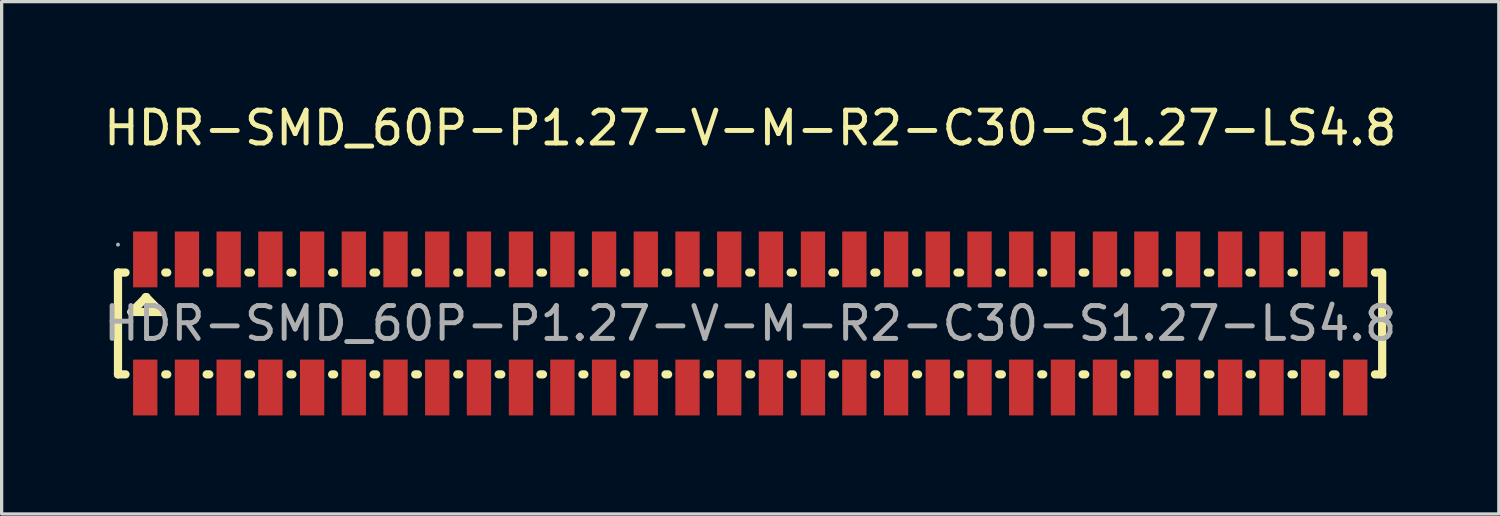
<source format=kicad_pcb>
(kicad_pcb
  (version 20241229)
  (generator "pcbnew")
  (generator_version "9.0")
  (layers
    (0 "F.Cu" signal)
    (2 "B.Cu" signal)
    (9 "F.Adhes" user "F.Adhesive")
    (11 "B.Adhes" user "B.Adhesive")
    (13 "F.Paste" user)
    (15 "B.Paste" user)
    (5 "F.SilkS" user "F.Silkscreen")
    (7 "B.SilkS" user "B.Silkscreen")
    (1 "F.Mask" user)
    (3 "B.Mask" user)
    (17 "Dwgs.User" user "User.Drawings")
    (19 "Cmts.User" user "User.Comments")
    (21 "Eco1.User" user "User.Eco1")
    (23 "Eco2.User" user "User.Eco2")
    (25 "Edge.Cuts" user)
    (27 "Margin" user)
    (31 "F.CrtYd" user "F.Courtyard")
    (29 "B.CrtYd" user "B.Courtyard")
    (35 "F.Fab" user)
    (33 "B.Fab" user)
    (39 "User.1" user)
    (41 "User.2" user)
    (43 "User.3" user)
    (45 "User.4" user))
  (footprint "HDR-SMD_60P-P1.27-V-M-R2-C30-S1.27-LS4.8"
    (layer "F.Cu")
    (at 19.792 6.798)
    (property "Reference" "HDR-SMD_60P-P1.27-V-M-R2-C30-S1.27-LS4.8" (at 0 -5.95 0) (layer "F.SilkS") (effects (font (size 1 1) (thickness 0.15))))
    (attr through_hole)
    (fp_line (start -19.25 -1.55) (end -19.02 -1.55) (stroke (width 0.25) (type solid)) (layer "F.SilkS"))
    (fp_line (start -19.25 1.55) (end -19.25 -1.55) (stroke (width 0.25) (type solid)) (layer "F.SilkS"))
    (fp_line (start -19.02 1.55) (end -19.25 1.55) (stroke (width 0.25) (type solid)) (layer "F.SilkS"))
    (fp_line (start -18.84 -0.35) (end -17.95 -0.35) (stroke (width 0.25) (type solid)) (layer "F.SilkS"))
    (fp_line (start -18.41 -0.8) (end -18.39 -0.8) (stroke (width 0.25) (type solid)) (layer "F.SilkS"))
    (fp_line (start -18.39 -0.8) (end -18.84 -0.35) (stroke (width 0.25) (type solid)) (layer "F.SilkS"))
    (fp_line (start -17.95 -0.35) (end -18.39 -0.8) (stroke (width 0.25) (type solid)) (layer "F.SilkS"))
    (fp_line (start -17.81 -1.55) (end -17.75 -1.55) (stroke (width 0.25) (type solid)) (layer "F.SilkS"))
    (fp_line (start -17.75 1.55) (end -17.81 1.55) (stroke (width 0.25) (type solid)) (layer "F.SilkS"))
    (fp_line (start -16.55 -1.55) (end -16.47 -1.55) (stroke (width 0.25) (type solid)) (layer "F.SilkS"))
    (fp_line (start -16.47 1.55) (end -16.55 1.55) (stroke (width 0.25) (type solid)) (layer "F.SilkS"))
    (fp_line (start -15.28 -1.55) (end -15.2 -1.55) (stroke (width 0.25) (type solid)) (layer "F.SilkS"))
    (fp_line (start -15.2 1.55) (end -15.28 1.55) (stroke (width 0.25) (type solid)) (layer "F.SilkS"))
    (fp_line (start -14 -1.55) (end -13.94 -1.55) (stroke (width 0.25) (type solid)) (layer "F.SilkS"))
    (fp_line (start -13.94 1.55) (end -14 1.55) (stroke (width 0.25) (type solid)) (layer "F.SilkS"))
    (fp_line (start -12.73 -1.55) (end -12.67 -1.55) (stroke (width 0.25) (type solid)) (layer "F.SilkS"))
    (fp_line (start -12.67 1.55) (end -12.73 1.55) (stroke (width 0.25) (type solid)) (layer "F.SilkS"))
    (fp_line (start -11.47 -1.55) (end -11.39 -1.55) (stroke (width 0.25) (type solid)) (layer "F.SilkS"))
    (fp_line (start -11.39 1.55) (end -11.47 1.55) (stroke (width 0.25) (type solid)) (layer "F.SilkS"))
    (fp_line (start -10.2 -1.55) (end -10.12 -1.55) (stroke (width 0.25) (type solid)) (layer "F.SilkS"))
    (fp_line (start -10.12 1.55) (end -10.2 1.55) (stroke (width 0.25) (type solid)) (layer "F.SilkS"))
    (fp_line (start -8.92 -1.55) (end -8.86 -1.55) (stroke (width 0.25) (type solid)) (layer "F.SilkS"))
    (fp_line (start -8.86 1.55) (end -8.92 1.55) (stroke (width 0.25) (type solid)) (layer "F.SilkS"))
    (fp_line (start -7.66 -1.55) (end -7.58 -1.55) (stroke (width 0.25) (type solid)) (layer "F.SilkS"))
    (fp_line (start -7.58 1.55) (end -7.66 1.55) (stroke (width 0.25) (type solid)) (layer "F.SilkS"))
    (fp_line (start -6.39 -1.55) (end -6.31 -1.55) (stroke (width 0.25) (type solid)) (layer "F.SilkS"))
    (fp_line (start -6.31 1.55) (end -6.39 1.55) (stroke (width 0.25) (type solid)) (layer "F.SilkS"))
    (fp_line (start -5.11 -1.55) (end -5.05 -1.55) (stroke (width 0.25) (type solid)) (layer "F.SilkS"))
    (fp_line (start -5.05 1.55) (end -5.11 1.55) (stroke (width 0.25) (type solid)) (layer "F.SilkS"))
    (fp_line (start -3.84 -1.55) (end -3.78 -1.55) (stroke (width 0.25) (type solid)) (layer "F.SilkS"))
    (fp_line (start -3.78 1.55) (end -3.84 1.55) (stroke (width 0.25) (type solid)) (layer "F.SilkS"))
    (fp_line (start -2.58 -1.55) (end -2.5 -1.55) (stroke (width 0.25) (type solid)) (layer "F.SilkS"))
    (fp_line (start -2.5 1.55) (end -2.58 1.55) (stroke (width 0.25) (type solid)) (layer "F.SilkS"))
    (fp_line (start -1.31 -1.55) (end -1.23 -1.55) (stroke (width 0.25) (type solid)) (layer "F.SilkS"))
    (fp_line (start -1.23 1.55) (end -1.31 1.55) (stroke (width 0.25) (type solid)) (layer "F.SilkS"))
    (fp_line (start -0.03 -1.55) (end 0.03 -1.55) (stroke (width 0.25) (type solid)) (layer "F.SilkS"))
    (fp_line (start 0.03 1.55) (end -0.03 1.55) (stroke (width 0.25) (type solid)) (layer "F.SilkS"))
    (fp_line (start 1.23 -1.55) (end 1.3 -1.55) (stroke (width 0.25) (type solid)) (layer "F.SilkS"))
    (fp_line (start 1.3 1.55) (end 1.23 1.55) (stroke (width 0.25) (type solid)) (layer "F.SilkS"))
    (fp_line (start 2.5 -1.55) (end 2.58 -1.55) (stroke (width 0.25) (type solid)) (layer "F.SilkS"))
    (fp_line (start 2.58 1.55) (end 2.5 1.55) (stroke (width 0.25) (type solid)) (layer "F.SilkS"))
    (fp_line (start 3.78 -1.55) (end 3.84 -1.55) (stroke (width 0.25) (type solid)) (layer "F.SilkS"))
    (fp_line (start 3.84 1.55) (end 3.78 1.55) (stroke (width 0.25) (type solid)) (layer "F.SilkS"))
    (fp_line (start 5.05 -1.55) (end 5.11 -1.55) (stroke (width 0.25) (type solid)) (layer "F.SilkS"))
    (fp_line (start 5.11 1.55) (end 5.05 1.55) (stroke (width 0.25) (type solid)) (layer "F.SilkS"))
    (fp_line (start 6.31 -1.55) (end 6.39 -1.55) (stroke (width 0.25) (type solid)) (layer "F.SilkS"))
    (fp_line (start 6.39 1.55) (end 6.31 1.55) (stroke (width 0.25) (type solid)) (layer "F.SilkS"))
    (fp_line (start 7.58 -1.55) (end 7.66 -1.55) (stroke (width 0.25) (type solid)) (layer "F.SilkS"))
    (fp_line (start 7.66 1.55) (end 7.58 1.55) (stroke (width 0.25) (type solid)) (layer "F.SilkS"))
    (fp_line (start 8.86 -1.55) (end 8.92 -1.55) (stroke (width 0.25) (type solid)) (layer "F.SilkS"))
    (fp_line (start 8.92 1.55) (end 8.86 1.55) (stroke (width 0.25) (type solid)) (layer "F.SilkS"))
    (fp_line (start 10.12 -1.55) (end 10.2 -1.55) (stroke (width 0.25) (type solid)) (layer "F.SilkS"))
    (fp_line (start 10.2 1.55) (end 10.12 1.55) (stroke (width 0.25) (type solid)) (layer "F.SilkS"))
    (fp_line (start 11.39 -1.55) (end 11.46 -1.55) (stroke (width 0.25) (type solid)) (layer "F.SilkS"))
    (fp_line (start 11.46 1.55) (end 11.39 1.55) (stroke (width 0.25) (type solid)) (layer "F.SilkS"))
    (fp_line (start 12.67 -1.55) (end 12.73 -1.55) (stroke (width 0.25) (type solid)) (layer "F.SilkS"))
    (fp_line (start 12.73 1.55) (end 12.67 1.55) (stroke (width 0.25) (type solid)) (layer "F.SilkS"))
    (fp_line (start 13.93 -1.55) (end 14.01 -1.55) (stroke (width 0.25) (type solid)) (layer "F.SilkS"))
    (fp_line (start 14.01 1.55) (end 13.93 1.55) (stroke (width 0.25) (type solid)) (layer "F.SilkS"))
    (fp_line (start 15.2 -1.55) (end 15.27 -1.55) (stroke (width 0.25) (type solid)) (layer "F.SilkS"))
    (fp_line (start 15.27 1.55) (end 15.2 1.55) (stroke (width 0.25) (type solid)) (layer "F.SilkS"))
    (fp_line (start 16.48 -1.55) (end 16.55 -1.55) (stroke (width 0.25) (type solid)) (layer "F.SilkS"))
    (fp_line (start 16.55 1.55) (end 16.48 1.55) (stroke (width 0.25) (type solid)) (layer "F.SilkS"))
    (fp_line (start 17.74 -1.55) (end 17.82 -1.55) (stroke (width 0.25) (type solid)) (layer "F.SilkS"))
    (fp_line (start 17.82 1.55) (end 17.74 1.55) (stroke (width 0.25) (type solid)) (layer "F.SilkS"))
    (fp_line (start 19.02 -1.55) (end 19.2 -1.55) (stroke (width 0.25) (type solid)) (layer "F.SilkS"))
    (fp_line (start 19.24 -1.55) (end 19.24 1.55) (stroke (width 0.25) (type solid)) (layer "F.SilkS"))
    (fp_line (start 19.24 1.55) (end 19.02 1.55) (stroke (width 0.25) (type solid)) (layer "F.SilkS"))
    (fp_circle (center -19.25 -2.4) (end -19.22 -2.4) (stroke (width 0.06) (type solid)) (fill no) (layer "F.Fab"))
    (fp_text user "${REFERENCE}" (at 0 0 0) (layer "F.Fab") (effects (font (size 1 1) (thickness 0.15))))
    (pad "1" smd rect (at -18.42 -1.95) (size 0.74 1.7) (layers "F.Cu" "F.Mask" "F.Paste"))
    (pad "2" smd rect (at -18.42 1.95) (size 0.74 1.7) (layers "F.Cu" "F.Mask" "F.Paste"))
    (pad "3" smd rect (at -17.15 -1.95) (size 0.74 1.7) (layers "F.Cu" "F.Mask" "F.Paste"))
    (pad "4" smd rect (at -17.15 1.95) (size 0.74 1.7) (layers "F.Cu" "F.Mask" "F.Paste"))
    (pad "5" smd rect (at -15.88 -1.95) (size 0.74 1.7) (layers "F.Cu" "F.Mask" "F.Paste"))
    (pad "6" smd rect (at -15.88 1.95) (size 0.74 1.7) (layers "F.Cu" "F.Mask" "F.Paste"))
    (pad "7" smd rect (at -14.61 -1.95) (size 0.74 1.7) (layers "F.Cu" "F.Mask" "F.Paste"))
    (pad "8" smd rect (at -14.61 1.95) (size 0.74 1.7) (layers "F.Cu" "F.Mask" "F.Paste"))
    (pad "9" smd rect (at -13.34 -1.95) (size 0.74 1.7) (layers "F.Cu" "F.Mask" "F.Paste"))
    (pad "10" smd rect (at -13.34 1.95) (size 0.74 1.7) (layers "F.Cu" "F.Mask" "F.Paste"))
    (pad "11" smd rect (at -12.07 -1.95) (size 0.74 1.7) (layers "F.Cu" "F.Mask" "F.Paste"))
    (pad "12" smd rect (at -12.07 1.95) (size 0.74 1.7) (layers "F.Cu" "F.Mask" "F.Paste"))
    (pad "13" smd rect (at -10.8 -1.95) (size 0.74 1.7) (layers "F.Cu" "F.Mask" "F.Paste"))
    (pad "14" smd rect (at -10.8 1.95) (size 0.74 1.7) (layers "F.Cu" "F.Mask" "F.Paste"))
    (pad "15" smd rect (at -9.53 -1.95) (size 0.74 1.7) (layers "F.Cu" "F.Mask" "F.Paste"))
    (pad "16" smd rect (at -9.53 1.95) (size 0.74 1.7) (layers "F.Cu" "F.Mask" "F.Paste"))
    (pad "17" smd rect (at -8.26 -1.95) (size 0.74 1.7) (layers "F.Cu" "F.Mask" "F.Paste"))
    (pad "18" smd rect (at -8.26 1.95) (size 0.74 1.7) (layers "F.Cu" "F.Mask" "F.Paste"))
    (pad "19" smd rect (at -6.98 -1.95) (size 0.74 1.7) (layers "F.Cu" "F.Mask" "F.Paste"))
    (pad "20" smd rect (at -6.98 1.95) (size 0.74 1.7) (layers "F.Cu" "F.Mask" "F.Paste"))
    (pad "21" smd rect (at -5.72 -1.95) (size 0.74 1.7) (layers "F.Cu" "F.Mask" "F.Paste"))
    (pad "22" smd rect (at -5.72 1.95) (size 0.74 1.7) (layers "F.Cu" "F.Mask" "F.Paste"))
    (pad "23" smd rect (at -4.45 -1.95) (size 0.74 1.7) (layers "F.Cu" "F.Mask" "F.Paste"))
    (pad "24" smd rect (at -4.45 1.95) (size 0.74 1.7) (layers "F.Cu" "F.Mask" "F.Paste"))
    (pad "25" smd rect (at -3.18 -1.95) (size 0.74 1.7) (layers "F.Cu" "F.Mask" "F.Paste"))
    (pad "26" smd rect (at -3.18 1.95) (size 0.74 1.7) (layers "F.Cu" "F.Mask" "F.Paste"))
    (pad "27" smd rect (at -1.91 -1.95) (size 0.74 1.7) (layers "F.Cu" "F.Mask" "F.Paste"))
    (pad "28" smd rect (at -1.91 1.95) (size 0.74 1.7) (layers "F.Cu" "F.Mask" "F.Paste"))
    (pad "29" smd rect (at -0.64 -1.95) (size 0.74 1.7) (layers "F.Cu" "F.Mask" "F.Paste"))
    (pad "30" smd rect (at -0.64 1.95) (size 0.74 1.7) (layers "F.Cu" "F.Mask" "F.Paste"))
    (pad "31" smd rect (at 0.63 -1.95) (size 0.74 1.7) (layers "F.Cu" "F.Mask" "F.Paste"))
    (pad "32" smd rect (at 0.63 1.95) (size 0.74 1.7) (layers "F.Cu" "F.Mask" "F.Paste"))
    (pad "33" smd rect (at 1.91 -1.95) (size 0.74 1.7) (layers "F.Cu" "F.Mask" "F.Paste"))
    (pad "34" smd rect (at 1.91 1.95) (size 0.74 1.7) (layers "F.Cu" "F.Mask" "F.Paste"))
    (pad "35" smd rect (at 3.17 -1.95) (size 0.74 1.7) (layers "F.Cu" "F.Mask" "F.Paste"))
    (pad "36" smd rect (at 3.17 1.95) (size 0.74 1.7) (layers "F.Cu" "F.Mask" "F.Paste"))
    (pad "37" smd rect (at 4.44 -1.95) (size 0.74 1.7) (layers "F.Cu" "F.Mask" "F.Paste"))
    (pad "38" smd rect (at 4.44 1.95) (size 0.74 1.7) (layers "F.Cu" "F.Mask" "F.Paste"))
    (pad "39" smd rect (at 5.71 -1.95) (size 0.74 1.7) (layers "F.Cu" "F.Mask" "F.Paste"))
    (pad "40" smd rect (at 5.71 1.95) (size 0.74 1.7) (layers "F.Cu" "F.Mask" "F.Paste"))
    (pad "41" smd rect (at 6.98 -1.95) (size 0.74 1.7) (layers "F.Cu" "F.Mask" "F.Paste"))
    (pad "42" smd rect (at 6.98 1.95) (size 0.74 1.7) (layers "F.Cu" "F.Mask" "F.Paste"))
    (pad "43" smd rect (at 8.25 -1.95) (size 0.74 1.7) (layers "F.Cu" "F.Mask" "F.Paste"))
    (pad "44" smd rect (at 8.25 1.95) (size 0.74 1.7) (layers "F.Cu" "F.Mask" "F.Paste"))
    (pad "45" smd rect (at 9.52 -1.95) (size 0.74 1.7) (layers "F.Cu" "F.Mask" "F.Paste"))
    (pad "46" smd rect (at 9.52 1.95) (size 0.74 1.7) (layers "F.Cu" "F.Mask" "F.Paste"))
    (pad "47" smd rect (at 10.8 -1.95) (size 0.74 1.7) (layers "F.Cu" "F.Mask" "F.Paste"))
    (pad "48" smd rect (at 10.8 1.95) (size 0.74 1.7) (layers "F.Cu" "F.Mask" "F.Paste"))
    (pad "49" smd rect (at 12.06 -1.95) (size 0.74 1.7) (layers "F.Cu" "F.Mask" "F.Paste"))
    (pad "50" smd rect (at 12.06 1.95) (size 0.74 1.7) (layers "F.Cu" "F.Mask" "F.Paste"))
    (pad "51" smd rect (at 13.33 -1.95) (size 0.74 1.7) (layers "F.Cu" "F.Mask" "F.Paste"))
    (pad "52" smd rect (at 13.33 1.95) (size 0.74 1.7) (layers "F.Cu" "F.Mask" "F.Paste"))
    (pad "53" smd rect (at 14.61 -1.95) (size 0.74 1.7) (layers "F.Cu" "F.Mask" "F.Paste"))
    (pad "54" smd rect (at 14.61 1.95) (size 0.74 1.7) (layers "F.Cu" "F.Mask" "F.Paste"))
    (pad "55" smd rect (at 15.87 -1.95) (size 0.74 1.7) (layers "F.Cu" "F.Mask" "F.Paste"))
    (pad "56" smd rect (at 15.87 1.95) (size 0.74 1.7) (layers "F.Cu" "F.Mask" "F.Paste"))
    (pad "57" smd rect (at 17.14 -1.95) (size 0.74 1.7) (layers "F.Cu" "F.Mask" "F.Paste"))
    (pad "58" smd rect (at 17.14 1.95) (size 0.74 1.7) (layers "F.Cu" "F.Mask" "F.Paste"))
    (pad "59" smd rect (at 18.42 -1.95) (size 0.74 1.7) (layers "F.Cu" "F.Mask" "F.Paste"))
    (pad "60" smd rect (at 18.42 1.95) (size 0.74 1.7) (layers "F.Cu" "F.Mask" "F.Paste")))
  (gr_rect
    (start -3 -3)
    (end 42.583 12.598)
    (stroke (width 0.1) (type default))
    (fill no)
    (layer "Edge.Cuts")))
</source>
